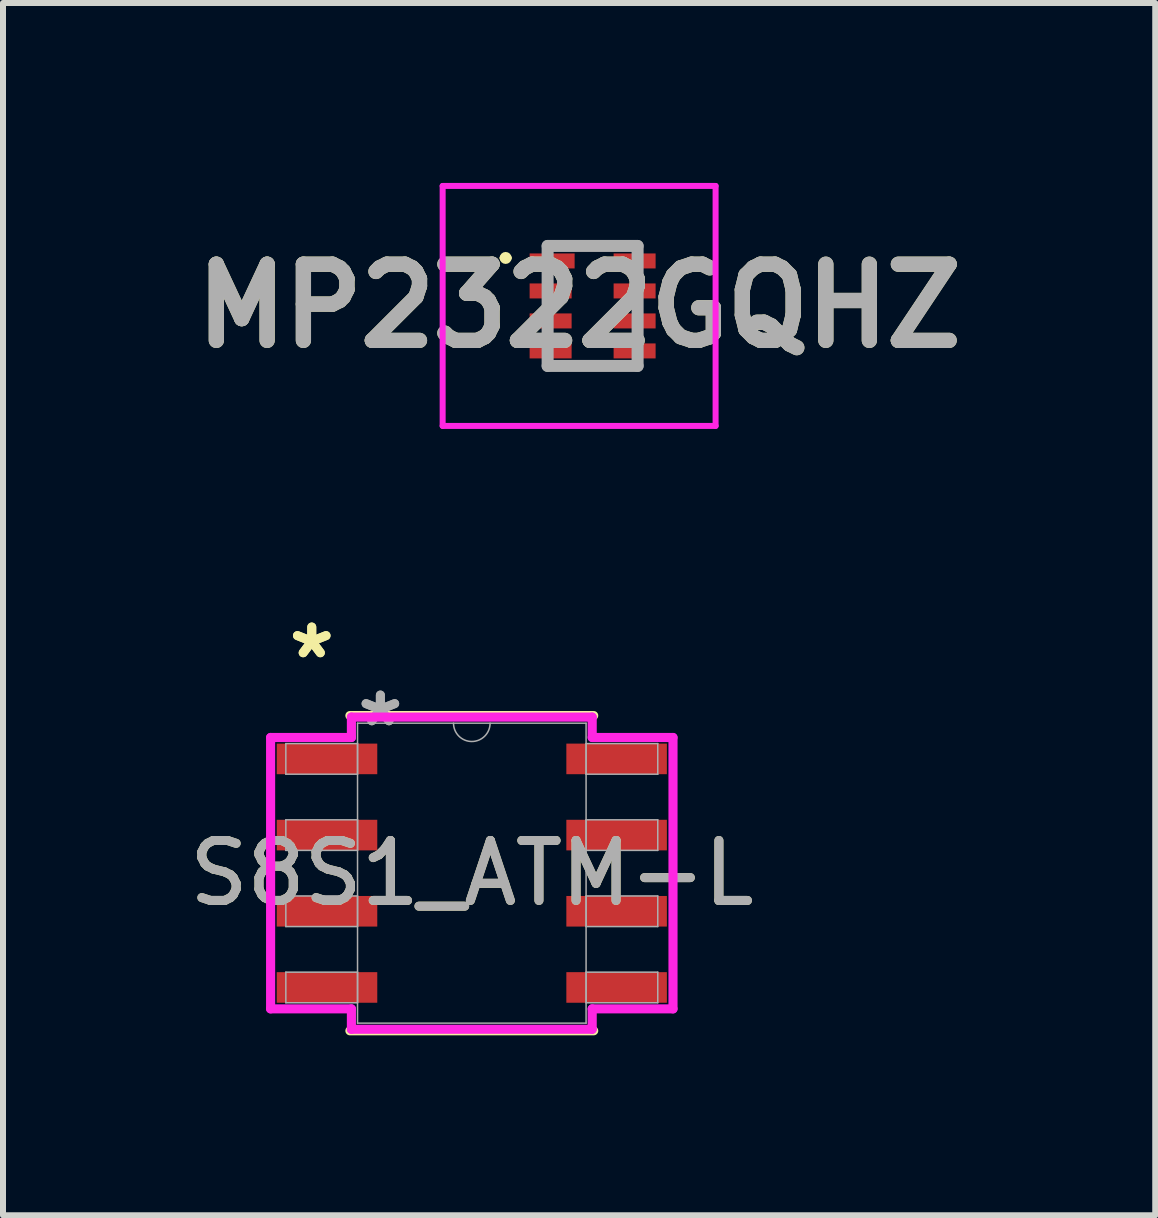
<source format=kicad_pcb>
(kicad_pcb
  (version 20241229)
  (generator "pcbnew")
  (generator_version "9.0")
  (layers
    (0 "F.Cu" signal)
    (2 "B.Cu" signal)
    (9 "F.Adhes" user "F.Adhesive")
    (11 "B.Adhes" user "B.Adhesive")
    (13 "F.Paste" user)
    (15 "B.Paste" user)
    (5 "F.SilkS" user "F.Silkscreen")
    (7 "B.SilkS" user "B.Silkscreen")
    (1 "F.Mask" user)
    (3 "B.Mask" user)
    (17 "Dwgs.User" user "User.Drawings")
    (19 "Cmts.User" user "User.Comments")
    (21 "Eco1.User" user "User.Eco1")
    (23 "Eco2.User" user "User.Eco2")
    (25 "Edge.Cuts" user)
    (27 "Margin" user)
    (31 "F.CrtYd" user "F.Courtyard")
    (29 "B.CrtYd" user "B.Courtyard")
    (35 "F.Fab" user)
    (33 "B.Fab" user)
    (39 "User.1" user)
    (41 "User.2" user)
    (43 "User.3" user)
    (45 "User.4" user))
  (footprint "MP2322GQHZ"
    (layer "F.Cu")
    (at 6.829 2.05)
    (property "Reference" "MP2322GQHZ" (at -0.225 0 0) (layer "F.SilkS") (effects (font (size 1.27 1.27) (thickness 0.254))))
    (attr smd)
    (fp_line (start -1.5 -0.8) (end -1.5 -0.8) (stroke (width 0.1) (type solid)) (layer "F.SilkS"))
    (fp_line (start -1.4 -0.8) (end -1.4 -0.8) (stroke (width 0.1) (type solid)) (layer "F.SilkS"))
    (fp_line (start -0.6 -1) (end 0.7 -1) (stroke (width 0.1) (type solid)) (layer "F.SilkS"))
    (fp_line (start -0.6 1) (end 0.6 1) (stroke (width 0.1) (type solid)) (layer "F.SilkS"))
    (fp_arc (start -1.5 -0.8) (mid -1.45 -0.85) (end -1.4 -0.8) (stroke (width 0.1) (type solid)) (layer "F.SilkS"))
    (fp_arc (start -1.4 -0.8) (mid -1.45 -0.75) (end -1.5 -0.8) (stroke (width 0.1) (type solid)) (layer "F.SilkS"))
    (fp_line (start -2.5 -2) (end 2.05 -2) (stroke (width 0.1) (type solid)) (layer "F.CrtYd"))
    (fp_line (start -2.5 2) (end -2.5 -2) (stroke (width 0.1) (type solid)) (layer "F.CrtYd"))
    (fp_line (start 2.05 -2) (end 2.05 2) (stroke (width 0.1) (type solid)) (layer "F.CrtYd"))
    (fp_line (start 2.05 2) (end -2.5 2) (stroke (width 0.1) (type solid)) (layer "F.CrtYd"))
    (fp_line (start -0.75 -1) (end 0.75 -1) (stroke (width 0.2) (type solid)) (layer "F.Fab"))
    (fp_line (start -0.75 1) (end -0.75 -1) (stroke (width 0.2) (type solid)) (layer "F.Fab"))
    (fp_line (start 0.75 -1) (end 0.75 1) (stroke (width 0.2) (type solid)) (layer "F.Fab"))
    (fp_line (start 0.75 1) (end -0.75 1) (stroke (width 0.2) (type solid)) (layer "F.Fab"))
    (fp_text user "${REFERENCE}" (at -0.225 0 0) (layer "F.Fab") (effects (font (size 1.27 1.27) (thickness 0.254))))
    (pad "1" smd rect (at -0.675 -0.75 90) (size 0.25 0.75) (layers "F.Cu" "F.Mask" "F.Paste"))
    (pad "2" smd rect (at -0.7 -0.25 90) (size 0.25 0.7) (layers "F.Cu" "F.Mask" "F.Paste"))
    (pad "3" smd rect (at -0.7 0.25 90) (size 0.25 0.7) (layers "F.Cu" "F.Mask" "F.Paste"))
    (pad "4" smd rect (at -0.7 0.75 90) (size 0.25 0.7) (layers "F.Cu" "F.Mask" "F.Paste"))
    (pad "5" smd rect (at 0.7 0.75 90) (size 0.25 0.7) (layers "F.Cu" "F.Mask" "F.Paste"))
    (pad "6" smd rect (at 0.7 0.25 90) (size 0.25 0.7) (layers "F.Cu" "F.Mask" "F.Paste"))
    (pad "7" smd rect (at 0.7 -0.25 90) (size 0.25 0.7) (layers "F.Cu" "F.Mask" "F.Paste"))
    (pad "8" smd rect (at 0.7 -0.75 90) (size 0.25 0.7) (layers "F.Cu" "F.Mask" "F.Paste")))
  (footprint "S8S1_ATM-L"
    (layer "F.Cu")
    (at 4.815 11.506)
    (property "Reference" "S8S1_ATM-L" (at 0 0 0) (unlocked yes) (layer "F.SilkS") (effects (font (size 1 1) (thickness 0.15))))
    (attr smd)
    (fp_line (start -2.032 2.627) (end 2.032 2.627) (stroke (width 0.152) (type solid)) (layer "F.SilkS"))
    (fp_line (start 2.032 -2.627) (end -2.032 -2.627) (stroke (width 0.152) (type solid)) (layer "F.SilkS"))
    (fp_line (start -3.354 -2.262) (end -2.007 -2.262) (stroke (width 0.152) (type solid)) (layer "F.CrtYd"))
    (fp_line (start -3.354 2.262) (end -3.354 -2.262) (stroke (width 0.152) (type solid)) (layer "F.CrtYd"))
    (fp_line (start -3.354 2.262) (end -2.007 2.262) (stroke (width 0.152) (type solid)) (layer "F.CrtYd"))
    (fp_line (start -2.007 -2.602) (end 2.007 -2.602) (stroke (width 0.152) (type solid)) (layer "F.CrtYd"))
    (fp_line (start -2.007 -2.262) (end -2.007 -2.602) (stroke (width 0.152) (type solid)) (layer "F.CrtYd"))
    (fp_line (start -2.007 2.602) (end -2.007 2.262) (stroke (width 0.152) (type solid)) (layer "F.CrtYd"))
    (fp_line (start 2.007 -2.602) (end 2.007 -2.262) (stroke (width 0.152) (type solid)) (layer "F.CrtYd"))
    (fp_line (start 2.007 2.262) (end 2.007 2.602) (stroke (width 0.152) (type solid)) (layer "F.CrtYd"))
    (fp_line (start 2.007 2.602) (end -2.007 2.602) (stroke (width 0.152) (type solid)) (layer "F.CrtYd"))
    (fp_line (start 3.354 -2.262) (end 2.007 -2.262) (stroke (width 0.152) (type solid)) (layer "F.CrtYd"))
    (fp_line (start 3.354 -2.262) (end 3.354 2.262) (stroke (width 0.152) (type solid)) (layer "F.CrtYd"))
    (fp_line (start 3.354 2.262) (end 2.007 2.262) (stroke (width 0.152) (type solid)) (layer "F.CrtYd"))
    (fp_line (start -3.1 -2.16) (end -3.1 -1.65) (stroke (width 0.025) (type solid)) (layer "F.Fab"))
    (fp_line (start -3.1 -1.65) (end -1.905 -1.65) (stroke (width 0.025) (type solid)) (layer "F.Fab"))
    (fp_line (start -3.1 -0.89) (end -3.1 -0.38) (stroke (width 0.025) (type solid)) (layer "F.Fab"))
    (fp_line (start -3.1 -0.38) (end -1.905 -0.38) (stroke (width 0.025) (type solid)) (layer "F.Fab"))
    (fp_line (start -3.1 0.38) (end -3.1 0.89) (stroke (width 0.025) (type solid)) (layer "F.Fab"))
    (fp_line (start -3.1 0.89) (end -1.905 0.89) (stroke (width 0.025) (type solid)) (layer "F.Fab"))
    (fp_line (start -3.1 1.65) (end -3.1 2.16) (stroke (width 0.025) (type solid)) (layer "F.Fab"))
    (fp_line (start -3.1 2.16) (end -1.905 2.16) (stroke (width 0.025) (type solid)) (layer "F.Fab"))
    (fp_line (start -1.905 -2.5) (end -1.905 2.5) (stroke (width 0.025) (type solid)) (layer "F.Fab"))
    (fp_line (start -1.905 -2.16) (end -3.1 -2.16) (stroke (width 0.025) (type solid)) (layer "F.Fab"))
    (fp_line (start -1.905 -1.65) (end -1.905 -2.16) (stroke (width 0.025) (type solid)) (layer "F.Fab"))
    (fp_line (start -1.905 -0.89) (end -3.1 -0.89) (stroke (width 0.025) (type solid)) (layer "F.Fab"))
    (fp_line (start -1.905 -0.38) (end -1.905 -0.89) (stroke (width 0.025) (type solid)) (layer "F.Fab"))
    (fp_line (start -1.905 0.38) (end -3.1 0.38) (stroke (width 0.025) (type solid)) (layer "F.Fab"))
    (fp_line (start -1.905 0.89) (end -1.905 0.38) (stroke (width 0.025) (type solid)) (layer "F.Fab"))
    (fp_line (start -1.905 1.65) (end -3.1 1.65) (stroke (width 0.025) (type solid)) (layer "F.Fab"))
    (fp_line (start -1.905 2.16) (end -1.905 1.65) (stroke (width 0.025) (type solid)) (layer "F.Fab"))
    (fp_line (start -1.905 2.5) (end 1.905 2.5) (stroke (width 0.025) (type solid)) (layer "F.Fab"))
    (fp_line (start 1.905 -2.5) (end -1.905 -2.5) (stroke (width 0.025) (type solid)) (layer "F.Fab"))
    (fp_line (start 1.905 -2.16) (end 1.905 -1.65) (stroke (width 0.025) (type solid)) (layer "F.Fab"))
    (fp_line (start 1.905 -1.65) (end 3.1 -1.65) (stroke (width 0.025) (type solid)) (layer "F.Fab"))
    (fp_line (start 1.905 -0.89) (end 1.905 -0.38) (stroke (width 0.025) (type solid)) (layer "F.Fab"))
    (fp_line (start 1.905 -0.38) (end 3.1 -0.38) (stroke (width 0.025) (type solid)) (layer "F.Fab"))
    (fp_line (start 1.905 0.38) (end 1.905 0.89) (stroke (width 0.025) (type solid)) (layer "F.Fab"))
    (fp_line (start 1.905 0.89) (end 3.1 0.89) (stroke (width 0.025) (type solid)) (layer "F.Fab"))
    (fp_line (start 1.905 1.65) (end 1.905 2.16) (stroke (width 0.025) (type solid)) (layer "F.Fab"))
    (fp_line (start 1.905 2.16) (end 3.1 2.16) (stroke (width 0.025) (type solid)) (layer "F.Fab"))
    (fp_line (start 1.905 2.5) (end 1.905 -2.5) (stroke (width 0.025) (type solid)) (layer "F.Fab"))
    (fp_line (start 3.1 -2.16) (end 1.905 -2.16) (stroke (width 0.025) (type solid)) (layer "F.Fab"))
    (fp_line (start 3.1 -1.65) (end 3.1 -2.16) (stroke (width 0.025) (type solid)) (layer "F.Fab"))
    (fp_line (start 3.1 -0.89) (end 1.905 -0.89) (stroke (width 0.025) (type solid)) (layer "F.Fab"))
    (fp_line (start 3.1 -0.38) (end 3.1 -0.89) (stroke (width 0.025) (type solid)) (layer "F.Fab"))
    (fp_line (start 3.1 0.38) (end 1.905 0.38) (stroke (width 0.025) (type solid)) (layer "F.Fab"))
    (fp_line (start 3.1 0.89) (end 3.1 0.38) (stroke (width 0.025) (type solid)) (layer "F.Fab"))
    (fp_line (start 3.1 1.65) (end 1.905 1.65) (stroke (width 0.025) (type solid)) (layer "F.Fab"))
    (fp_line (start 3.1 2.16) (end 3.1 1.65) (stroke (width 0.025) (type solid)) (layer "F.Fab"))
    (fp_arc (start 0.3048 -2.5) (mid 0 -2.1952) (end -0.3048 -2.5) (stroke (width 0.0254) (type solid)) (layer "F.Fab"))
    (fp_text user "*" (at -2.668 -3.558 0) (layer "F.SilkS") (effects (font (size 1 1) (thickness 0.15))))
    (fp_text user "*" (at -2.668 -3.558 0) (unlocked yes) (layer "F.SilkS") (effects (font (size 1 1) (thickness 0.15))))
    (fp_text user "*" (at -1.524 -2.424 0) (layer "F.Fab") (effects (font (size 1 1) (thickness 0.15))))
    (fp_text user "*" (at -1.524 -2.424 0) (unlocked yes) (layer "F.Fab") (effects (font (size 1 1) (thickness 0.15))))
    (fp_text user "${REFERENCE}" (at 0 0 0) (unlocked yes) (layer "F.Fab") (effects (font (size 1 1) (thickness 0.15))))
    (pad "1" smd rect (at -2.414 -1.905) (size 1.676 0.51) (layers "F.Cu" "F.Mask" "F.Paste"))
    (pad "2" smd rect (at -2.414 -0.635) (size 1.676 0.51) (layers "F.Cu" "F.Mask" "F.Paste"))
    (pad "3" smd rect (at -2.414 0.635) (size 1.676 0.51) (layers "F.Cu" "F.Mask" "F.Paste"))
    (pad "4" smd rect (at -2.414 1.905) (size 1.676 0.51) (layers "F.Cu" "F.Mask" "F.Paste"))
    (pad "5" smd rect (at 2.414 1.905) (size 1.676 0.51) (layers "F.Cu" "F.Mask" "F.Paste"))
    (pad "6" smd rect (at 2.414 0.635) (size 1.676 0.51) (layers "F.Cu" "F.Mask" "F.Paste"))
    (pad "7" smd rect (at 2.414 -0.635) (size 1.676 0.51) (layers "F.Cu" "F.Mask" "F.Paste"))
    (pad "8" smd rect (at 2.414 -1.905) (size 1.676 0.51) (layers "F.Cu" "F.Mask" "F.Paste")))
  (gr_rect
    (start -3 -3)
    (end 16.208 17.209)
    (stroke (width 0.1) (type default))
    (fill no)
    (layer "Edge.Cuts")))
</source>
